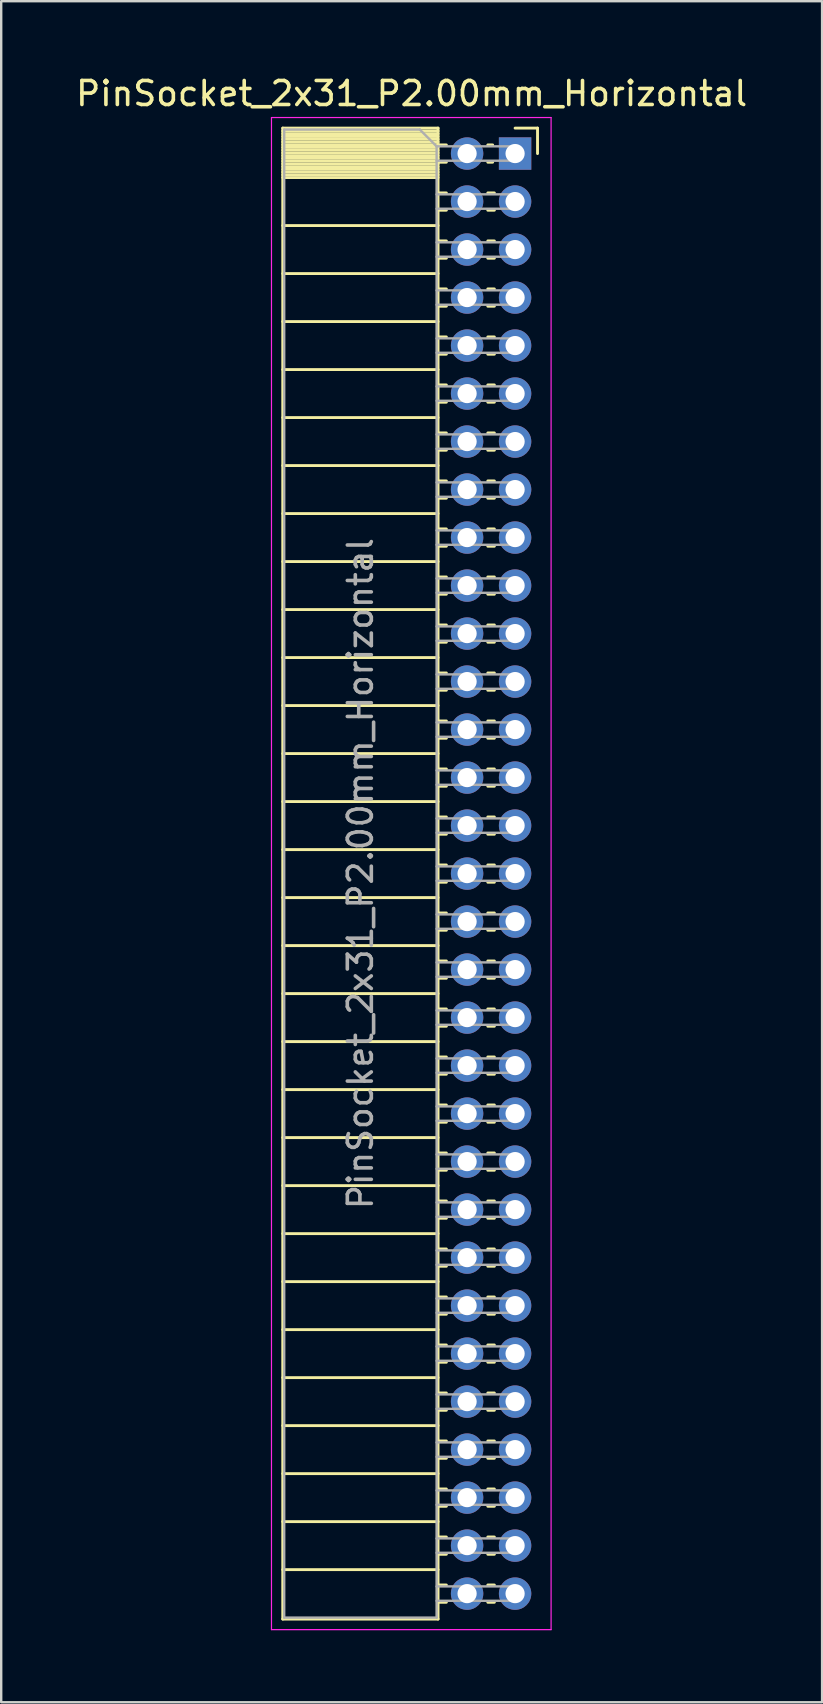
<source format=kicad_pcb>
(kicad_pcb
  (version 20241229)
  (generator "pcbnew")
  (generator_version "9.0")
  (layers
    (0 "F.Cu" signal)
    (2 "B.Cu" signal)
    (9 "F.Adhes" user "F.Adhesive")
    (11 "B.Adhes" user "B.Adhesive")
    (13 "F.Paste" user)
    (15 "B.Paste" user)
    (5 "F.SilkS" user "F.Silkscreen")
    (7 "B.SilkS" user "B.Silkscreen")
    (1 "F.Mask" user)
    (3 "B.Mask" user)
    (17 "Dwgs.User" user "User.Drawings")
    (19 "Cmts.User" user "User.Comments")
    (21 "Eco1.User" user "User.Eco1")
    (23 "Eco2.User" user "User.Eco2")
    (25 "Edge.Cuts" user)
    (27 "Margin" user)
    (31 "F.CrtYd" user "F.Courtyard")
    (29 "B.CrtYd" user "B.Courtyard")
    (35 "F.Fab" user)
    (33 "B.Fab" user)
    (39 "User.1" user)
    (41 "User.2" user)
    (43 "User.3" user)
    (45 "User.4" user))
  (footprint "PinSocket_2x31_P2.00mm_Horizontal"
    (layer "F.Cu")
    (at 18.411 3.348)
    (property "Reference" "PinSocket_2x31_P2.00mm_Horizontal" (at -4.31 -2.5 0) (layer "F.SilkS") (effects (font (size 1 1) (thickness 0.15))))
    (attr through_hole)
    (fp_line (start -9.68 -1.06) (end -9.68 61.06) (stroke (width 0.12) (type solid)) (layer "F.SilkS"))
    (fp_line (start -9.68 -1.06) (end -3.21 -1.06) (stroke (width 0.12) (type solid)) (layer "F.SilkS"))
    (fp_line (start -9.68 -0.94) (end -3.21 -0.94) (stroke (width 0.12) (type solid)) (layer "F.SilkS"))
    (fp_line (start -9.68 -0.826) (end -3.21 -0.826) (stroke (width 0.12) (type solid)) (layer "F.SilkS"))
    (fp_line (start -9.68 -0.712) (end -3.21 -0.712) (stroke (width 0.12) (type solid)) (layer "F.SilkS"))
    (fp_line (start -9.68 -0.598) (end -3.21 -0.598) (stroke (width 0.12) (type solid)) (layer "F.SilkS"))
    (fp_line (start -9.68 -0.484) (end -3.21 -0.484) (stroke (width 0.12) (type solid)) (layer "F.SilkS"))
    (fp_line (start -9.68 -0.369) (end -3.21 -0.369) (stroke (width 0.12) (type solid)) (layer "F.SilkS"))
    (fp_line (start -9.68 -0.255) (end -3.21 -0.255) (stroke (width 0.12) (type solid)) (layer "F.SilkS"))
    (fp_line (start -9.68 -0.141) (end -3.21 -0.141) (stroke (width 0.12) (type solid)) (layer "F.SilkS"))
    (fp_line (start -9.68 -0.027) (end -3.21 -0.027) (stroke (width 0.12) (type solid)) (layer "F.SilkS"))
    (fp_line (start -9.68 0.087) (end -3.21 0.087) (stroke (width 0.12) (type solid)) (layer "F.SilkS"))
    (fp_line (start -9.68 0.201) (end -3.21 0.201) (stroke (width 0.12) (type solid)) (layer "F.SilkS"))
    (fp_line (start -9.68 0.315) (end -3.21 0.315) (stroke (width 0.12) (type solid)) (layer "F.SilkS"))
    (fp_line (start -9.68 0.429) (end -3.21 0.429) (stroke (width 0.12) (type solid)) (layer "F.SilkS"))
    (fp_line (start -9.68 0.544) (end -3.21 0.544) (stroke (width 0.12) (type solid)) (layer "F.SilkS"))
    (fp_line (start -9.68 0.658) (end -3.21 0.658) (stroke (width 0.12) (type solid)) (layer "F.SilkS"))
    (fp_line (start -9.68 0.772) (end -3.21 0.772) (stroke (width 0.12) (type solid)) (layer "F.SilkS"))
    (fp_line (start -9.68 0.886) (end -3.21 0.886) (stroke (width 0.12) (type solid)) (layer "F.SilkS"))
    (fp_line (start -9.68 1) (end -3.21 1) (stroke (width 0.12) (type solid)) (layer "F.SilkS"))
    (fp_line (start -9.68 3) (end -3.21 3) (stroke (width 0.12) (type solid)) (layer "F.SilkS"))
    (fp_line (start -9.68 5) (end -3.21 5) (stroke (width 0.12) (type solid)) (layer "F.SilkS"))
    (fp_line (start -9.68 7) (end -3.21 7) (stroke (width 0.12) (type solid)) (layer "F.SilkS"))
    (fp_line (start -9.68 9) (end -3.21 9) (stroke (width 0.12) (type solid)) (layer "F.SilkS"))
    (fp_line (start -9.68 11) (end -3.21 11) (stroke (width 0.12) (type solid)) (layer "F.SilkS"))
    (fp_line (start -9.68 13) (end -3.21 13) (stroke (width 0.12) (type solid)) (layer "F.SilkS"))
    (fp_line (start -9.68 15) (end -3.21 15) (stroke (width 0.12) (type solid)) (layer "F.SilkS"))
    (fp_line (start -9.68 17) (end -3.21 17) (stroke (width 0.12) (type solid)) (layer "F.SilkS"))
    (fp_line (start -9.68 19) (end -3.21 19) (stroke (width 0.12) (type solid)) (layer "F.SilkS"))
    (fp_line (start -9.68 21) (end -3.21 21) (stroke (width 0.12) (type solid)) (layer "F.SilkS"))
    (fp_line (start -9.68 23) (end -3.21 23) (stroke (width 0.12) (type solid)) (layer "F.SilkS"))
    (fp_line (start -9.68 25) (end -3.21 25) (stroke (width 0.12) (type solid)) (layer "F.SilkS"))
    (fp_line (start -9.68 27) (end -3.21 27) (stroke (width 0.12) (type solid)) (layer "F.SilkS"))
    (fp_line (start -9.68 29) (end -3.21 29) (stroke (width 0.12) (type solid)) (layer "F.SilkS"))
    (fp_line (start -9.68 31) (end -3.21 31) (stroke (width 0.12) (type solid)) (layer "F.SilkS"))
    (fp_line (start -9.68 33) (end -3.21 33) (stroke (width 0.12) (type solid)) (layer "F.SilkS"))
    (fp_line (start -9.68 35) (end -3.21 35) (stroke (width 0.12) (type solid)) (layer "F.SilkS"))
    (fp_line (start -9.68 37) (end -3.21 37) (stroke (width 0.12) (type solid)) (layer "F.SilkS"))
    (fp_line (start -9.68 39) (end -3.21 39) (stroke (width 0.12) (type solid)) (layer "F.SilkS"))
    (fp_line (start -9.68 41) (end -3.21 41) (stroke (width 0.12) (type solid)) (layer "F.SilkS"))
    (fp_line (start -9.68 43) (end -3.21 43) (stroke (width 0.12) (type solid)) (layer "F.SilkS"))
    (fp_line (start -9.68 45) (end -3.21 45) (stroke (width 0.12) (type solid)) (layer "F.SilkS"))
    (fp_line (start -9.68 47) (end -3.21 47) (stroke (width 0.12) (type solid)) (layer "F.SilkS"))
    (fp_line (start -9.68 49) (end -3.21 49) (stroke (width 0.12) (type solid)) (layer "F.SilkS"))
    (fp_line (start -9.68 51) (end -3.21 51) (stroke (width 0.12) (type solid)) (layer "F.SilkS"))
    (fp_line (start -9.68 53) (end -3.21 53) (stroke (width 0.12) (type solid)) (layer "F.SilkS"))
    (fp_line (start -9.68 55) (end -3.21 55) (stroke (width 0.12) (type solid)) (layer "F.SilkS"))
    (fp_line (start -9.68 57) (end -3.21 57) (stroke (width 0.12) (type solid)) (layer "F.SilkS"))
    (fp_line (start -9.68 59) (end -3.21 59) (stroke (width 0.12) (type solid)) (layer "F.SilkS"))
    (fp_line (start -9.68 61.06) (end -3.21 61.06) (stroke (width 0.12) (type solid)) (layer "F.SilkS"))
    (fp_line (start -3.21 -1.06) (end -3.21 61.06) (stroke (width 0.12) (type solid)) (layer "F.SilkS"))
    (fp_line (start -3.21 -0.36) (end -2.863 -0.36) (stroke (width 0.12) (type solid)) (layer "F.SilkS"))
    (fp_line (start -3.21 0.36) (end -2.863 0.36) (stroke (width 0.12) (type solid)) (layer "F.SilkS"))
    (fp_line (start -3.21 1.64) (end -2.863 1.64) (stroke (width 0.12) (type solid)) (layer "F.SilkS"))
    (fp_line (start -3.21 2.36) (end -2.863 2.36) (stroke (width 0.12) (type solid)) (layer "F.SilkS"))
    (fp_line (start -3.21 3.64) (end -2.863 3.64) (stroke (width 0.12) (type solid)) (layer "F.SilkS"))
    (fp_line (start -3.21 4.36) (end -2.863 4.36) (stroke (width 0.12) (type solid)) (layer "F.SilkS"))
    (fp_line (start -3.21 5.64) (end -2.863 5.64) (stroke (width 0.12) (type solid)) (layer "F.SilkS"))
    (fp_line (start -3.21 6.36) (end -2.863 6.36) (stroke (width 0.12) (type solid)) (layer "F.SilkS"))
    (fp_line (start -3.21 7.64) (end -2.863 7.64) (stroke (width 0.12) (type solid)) (layer "F.SilkS"))
    (fp_line (start -3.21 8.36) (end -2.863 8.36) (stroke (width 0.12) (type solid)) (layer "F.SilkS"))
    (fp_line (start -3.21 9.64) (end -2.863 9.64) (stroke (width 0.12) (type solid)) (layer "F.SilkS"))
    (fp_line (start -3.21 10.36) (end -2.863 10.36) (stroke (width 0.12) (type solid)) (layer "F.SilkS"))
    (fp_line (start -3.21 11.64) (end -2.863 11.64) (stroke (width 0.12) (type solid)) (layer "F.SilkS"))
    (fp_line (start -3.21 12.36) (end -2.863 12.36) (stroke (width 0.12) (type solid)) (layer "F.SilkS"))
    (fp_line (start -3.21 13.64) (end -2.863 13.64) (stroke (width 0.12) (type solid)) (layer "F.SilkS"))
    (fp_line (start -3.21 14.36) (end -2.863 14.36) (stroke (width 0.12) (type solid)) (layer "F.SilkS"))
    (fp_line (start -3.21 15.64) (end -2.863 15.64) (stroke (width 0.12) (type solid)) (layer "F.SilkS"))
    (fp_line (start -3.21 16.36) (end -2.863 16.36) (stroke (width 0.12) (type solid)) (layer "F.SilkS"))
    (fp_line (start -3.21 17.64) (end -2.863 17.64) (stroke (width 0.12) (type solid)) (layer "F.SilkS"))
    (fp_line (start -3.21 18.36) (end -2.863 18.36) (stroke (width 0.12) (type solid)) (layer "F.SilkS"))
    (fp_line (start -3.21 19.64) (end -2.863 19.64) (stroke (width 0.12) (type solid)) (layer "F.SilkS"))
    (fp_line (start -3.21 20.36) (end -2.863 20.36) (stroke (width 0.12) (type solid)) (layer "F.SilkS"))
    (fp_line (start -3.21 21.64) (end -2.863 21.64) (stroke (width 0.12) (type solid)) (layer "F.SilkS"))
    (fp_line (start -3.21 22.36) (end -2.863 22.36) (stroke (width 0.12) (type solid)) (layer "F.SilkS"))
    (fp_line (start -3.21 23.64) (end -2.863 23.64) (stroke (width 0.12) (type solid)) (layer "F.SilkS"))
    (fp_line (start -3.21 24.36) (end -2.863 24.36) (stroke (width 0.12) (type solid)) (layer "F.SilkS"))
    (fp_line (start -3.21 25.64) (end -2.863 25.64) (stroke (width 0.12) (type solid)) (layer "F.SilkS"))
    (fp_line (start -3.21 26.36) (end -2.863 26.36) (stroke (width 0.12) (type solid)) (layer "F.SilkS"))
    (fp_line (start -3.21 27.64) (end -2.863 27.64) (stroke (width 0.12) (type solid)) (layer "F.SilkS"))
    (fp_line (start -3.21 28.36) (end -2.863 28.36) (stroke (width 0.12) (type solid)) (layer "F.SilkS"))
    (fp_line (start -3.21 29.64) (end -2.863 29.64) (stroke (width 0.12) (type solid)) (layer "F.SilkS"))
    (fp_line (start -3.21 30.36) (end -2.863 30.36) (stroke (width 0.12) (type solid)) (layer "F.SilkS"))
    (fp_line (start -3.21 31.64) (end -2.863 31.64) (stroke (width 0.12) (type solid)) (layer "F.SilkS"))
    (fp_line (start -3.21 32.36) (end -2.863 32.36) (stroke (width 0.12) (type solid)) (layer "F.SilkS"))
    (fp_line (start -3.21 33.64) (end -2.863 33.64) (stroke (width 0.12) (type solid)) (layer "F.SilkS"))
    (fp_line (start -3.21 34.36) (end -2.863 34.36) (stroke (width 0.12) (type solid)) (layer "F.SilkS"))
    (fp_line (start -3.21 35.64) (end -2.863 35.64) (stroke (width 0.12) (type solid)) (layer "F.SilkS"))
    (fp_line (start -3.21 36.36) (end -2.863 36.36) (stroke (width 0.12) (type solid)) (layer "F.SilkS"))
    (fp_line (start -3.21 37.64) (end -2.863 37.64) (stroke (width 0.12) (type solid)) (layer "F.SilkS"))
    (fp_line (start -3.21 38.36) (end -2.863 38.36) (stroke (width 0.12) (type solid)) (layer "F.SilkS"))
    (fp_line (start -3.21 39.64) (end -2.863 39.64) (stroke (width 0.12) (type solid)) (layer "F.SilkS"))
    (fp_line (start -3.21 40.36) (end -2.863 40.36) (stroke (width 0.12) (type solid)) (layer "F.SilkS"))
    (fp_line (start -3.21 41.64) (end -2.863 41.64) (stroke (width 0.12) (type solid)) (layer "F.SilkS"))
    (fp_line (start -3.21 42.36) (end -2.863 42.36) (stroke (width 0.12) (type solid)) (layer "F.SilkS"))
    (fp_line (start -3.21 43.64) (end -2.863 43.64) (stroke (width 0.12) (type solid)) (layer "F.SilkS"))
    (fp_line (start -3.21 44.36) (end -2.863 44.36) (stroke (width 0.12) (type solid)) (layer "F.SilkS"))
    (fp_line (start -3.21 45.64) (end -2.863 45.64) (stroke (width 0.12) (type solid)) (layer "F.SilkS"))
    (fp_line (start -3.21 46.36) (end -2.863 46.36) (stroke (width 0.12) (type solid)) (layer "F.SilkS"))
    (fp_line (start -3.21 47.64) (end -2.863 47.64) (stroke (width 0.12) (type solid)) (layer "F.SilkS"))
    (fp_line (start -3.21 48.36) (end -2.863 48.36) (stroke (width 0.12) (type solid)) (layer "F.SilkS"))
    (fp_line (start -3.21 49.64) (end -2.863 49.64) (stroke (width 0.12) (type solid)) (layer "F.SilkS"))
    (fp_line (start -3.21 50.36) (end -2.863 50.36) (stroke (width 0.12) (type solid)) (layer "F.SilkS"))
    (fp_line (start -3.21 51.64) (end -2.863 51.64) (stroke (width 0.12) (type solid)) (layer "F.SilkS"))
    (fp_line (start -3.21 52.36) (end -2.863 52.36) (stroke (width 0.12) (type solid)) (layer "F.SilkS"))
    (fp_line (start -3.21 53.64) (end -2.863 53.64) (stroke (width 0.12) (type solid)) (layer "F.SilkS"))
    (fp_line (start -3.21 54.36) (end -2.863 54.36) (stroke (width 0.12) (type solid)) (layer "F.SilkS"))
    (fp_line (start -3.21 55.64) (end -2.863 55.64) (stroke (width 0.12) (type solid)) (layer "F.SilkS"))
    (fp_line (start -3.21 56.36) (end -2.863 56.36) (stroke (width 0.12) (type solid)) (layer "F.SilkS"))
    (fp_line (start -3.21 57.64) (end -2.863 57.64) (stroke (width 0.12) (type solid)) (layer "F.SilkS"))
    (fp_line (start -3.21 58.36) (end -2.863 58.36) (stroke (width 0.12) (type solid)) (layer "F.SilkS"))
    (fp_line (start -3.21 59.64) (end -2.863 59.64) (stroke (width 0.12) (type solid)) (layer "F.SilkS"))
    (fp_line (start -3.21 60.36) (end -2.863 60.36) (stroke (width 0.12) (type solid)) (layer "F.SilkS"))
    (fp_line (start -1.137 -0.36) (end -0.935 -0.36) (stroke (width 0.12) (type solid)) (layer "F.SilkS"))
    (fp_line (start -1.137 0.36) (end -0.935 0.36) (stroke (width 0.12) (type solid)) (layer "F.SilkS"))
    (fp_line (start -1.137 1.64) (end -0.863 1.64) (stroke (width 0.12) (type solid)) (layer "F.SilkS"))
    (fp_line (start -1.137 2.36) (end -0.863 2.36) (stroke (width 0.12) (type solid)) (layer "F.SilkS"))
    (fp_line (start -1.137 3.64) (end -0.863 3.64) (stroke (width 0.12) (type solid)) (layer "F.SilkS"))
    (fp_line (start -1.137 4.36) (end -0.863 4.36) (stroke (width 0.12) (type solid)) (layer "F.SilkS"))
    (fp_line (start -1.137 5.64) (end -0.863 5.64) (stroke (width 0.12) (type solid)) (layer "F.SilkS"))
    (fp_line (start -1.137 6.36) (end -0.863 6.36) (stroke (width 0.12) (type solid)) (layer "F.SilkS"))
    (fp_line (start -1.137 7.64) (end -0.863 7.64) (stroke (width 0.12) (type solid)) (layer "F.SilkS"))
    (fp_line (start -1.137 8.36) (end -0.863 8.36) (stroke (width 0.12) (type solid)) (layer "F.SilkS"))
    (fp_line (start -1.137 9.64) (end -0.863 9.64) (stroke (width 0.12) (type solid)) (layer "F.SilkS"))
    (fp_line (start -1.137 10.36) (end -0.863 10.36) (stroke (width 0.12) (type solid)) (layer "F.SilkS"))
    (fp_line (start -1.137 11.64) (end -0.863 11.64) (stroke (width 0.12) (type solid)) (layer "F.SilkS"))
    (fp_line (start -1.137 12.36) (end -0.863 12.36) (stroke (width 0.12) (type solid)) (layer "F.SilkS"))
    (fp_line (start -1.137 13.64) (end -0.863 13.64) (stroke (width 0.12) (type solid)) (layer "F.SilkS"))
    (fp_line (start -1.137 14.36) (end -0.863 14.36) (stroke (width 0.12) (type solid)) (layer "F.SilkS"))
    (fp_line (start -1.137 15.64) (end -0.863 15.64) (stroke (width 0.12) (type solid)) (layer "F.SilkS"))
    (fp_line (start -1.137 16.36) (end -0.863 16.36) (stroke (width 0.12) (type solid)) (layer "F.SilkS"))
    (fp_line (start -1.137 17.64) (end -0.863 17.64) (stroke (width 0.12) (type solid)) (layer "F.SilkS"))
    (fp_line (start -1.137 18.36) (end -0.863 18.36) (stroke (width 0.12) (type solid)) (layer "F.SilkS"))
    (fp_line (start -1.137 19.64) (end -0.863 19.64) (stroke (width 0.12) (type solid)) (layer "F.SilkS"))
    (fp_line (start -1.137 20.36) (end -0.863 20.36) (stroke (width 0.12) (type solid)) (layer "F.SilkS"))
    (fp_line (start -1.137 21.64) (end -0.863 21.64) (stroke (width 0.12) (type solid)) (layer "F.SilkS"))
    (fp_line (start -1.137 22.36) (end -0.863 22.36) (stroke (width 0.12) (type solid)) (layer "F.SilkS"))
    (fp_line (start -1.137 23.64) (end -0.863 23.64) (stroke (width 0.12) (type solid)) (layer "F.SilkS"))
    (fp_line (start -1.137 24.36) (end -0.863 24.36) (stroke (width 0.12) (type solid)) (layer "F.SilkS"))
    (fp_line (start -1.137 25.64) (end -0.863 25.64) (stroke (width 0.12) (type solid)) (layer "F.SilkS"))
    (fp_line (start -1.137 26.36) (end -0.863 26.36) (stroke (width 0.12) (type solid)) (layer "F.SilkS"))
    (fp_line (start -1.137 27.64) (end -0.863 27.64) (stroke (width 0.12) (type solid)) (layer "F.SilkS"))
    (fp_line (start -1.137 28.36) (end -0.863 28.36) (stroke (width 0.12) (type solid)) (layer "F.SilkS"))
    (fp_line (start -1.137 29.64) (end -0.863 29.64) (stroke (width 0.12) (type solid)) (layer "F.SilkS"))
    (fp_line (start -1.137 30.36) (end -0.863 30.36) (stroke (width 0.12) (type solid)) (layer "F.SilkS"))
    (fp_line (start -1.137 31.64) (end -0.863 31.64) (stroke (width 0.12) (type solid)) (layer "F.SilkS"))
    (fp_line (start -1.137 32.36) (end -0.863 32.36) (stroke (width 0.12) (type solid)) (layer "F.SilkS"))
    (fp_line (start -1.137 33.64) (end -0.863 33.64) (stroke (width 0.12) (type solid)) (layer "F.SilkS"))
    (fp_line (start -1.137 34.36) (end -0.863 34.36) (stroke (width 0.12) (type solid)) (layer "F.SilkS"))
    (fp_line (start -1.137 35.64) (end -0.863 35.64) (stroke (width 0.12) (type solid)) (layer "F.SilkS"))
    (fp_line (start -1.137 36.36) (end -0.863 36.36) (stroke (width 0.12) (type solid)) (layer "F.SilkS"))
    (fp_line (start -1.137 37.64) (end -0.863 37.64) (stroke (width 0.12) (type solid)) (layer "F.SilkS"))
    (fp_line (start -1.137 38.36) (end -0.863 38.36) (stroke (width 0.12) (type solid)) (layer "F.SilkS"))
    (fp_line (start -1.137 39.64) (end -0.863 39.64) (stroke (width 0.12) (type solid)) (layer "F.SilkS"))
    (fp_line (start -1.137 40.36) (end -0.863 40.36) (stroke (width 0.12) (type solid)) (layer "F.SilkS"))
    (fp_line (start -1.137 41.64) (end -0.863 41.64) (stroke (width 0.12) (type solid)) (layer "F.SilkS"))
    (fp_line (start -1.137 42.36) (end -0.863 42.36) (stroke (width 0.12) (type solid)) (layer "F.SilkS"))
    (fp_line (start -1.137 43.64) (end -0.863 43.64) (stroke (width 0.12) (type solid)) (layer "F.SilkS"))
    (fp_line (start -1.137 44.36) (end -0.863 44.36) (stroke (width 0.12) (type solid)) (layer "F.SilkS"))
    (fp_line (start -1.137 45.64) (end -0.863 45.64) (stroke (width 0.12) (type solid)) (layer "F.SilkS"))
    (fp_line (start -1.137 46.36) (end -0.863 46.36) (stroke (width 0.12) (type solid)) (layer "F.SilkS"))
    (fp_line (start -1.137 47.64) (end -0.863 47.64) (stroke (width 0.12) (type solid)) (layer "F.SilkS"))
    (fp_line (start -1.137 48.36) (end -0.863 48.36) (stroke (width 0.12) (type solid)) (layer "F.SilkS"))
    (fp_line (start -1.137 49.64) (end -0.863 49.64) (stroke (width 0.12) (type solid)) (layer "F.SilkS"))
    (fp_line (start -1.137 50.36) (end -0.863 50.36) (stroke (width 0.12) (type solid)) (layer "F.SilkS"))
    (fp_line (start -1.137 51.64) (end -0.863 51.64) (stroke (width 0.12) (type solid)) (layer "F.SilkS"))
    (fp_line (start -1.137 52.36) (end -0.863 52.36) (stroke (width 0.12) (type solid)) (layer "F.SilkS"))
    (fp_line (start -1.137 53.64) (end -0.863 53.64) (stroke (width 0.12) (type solid)) (layer "F.SilkS"))
    (fp_line (start -1.137 54.36) (end -0.863 54.36) (stroke (width 0.12) (type solid)) (layer "F.SilkS"))
    (fp_line (start -1.137 55.64) (end -0.863 55.64) (stroke (width 0.12) (type solid)) (layer "F.SilkS"))
    (fp_line (start -1.137 56.36) (end -0.863 56.36) (stroke (width 0.12) (type solid)) (layer "F.SilkS"))
    (fp_line (start -1.137 57.64) (end -0.863 57.64) (stroke (width 0.12) (type solid)) (layer "F.SilkS"))
    (fp_line (start -1.137 58.36) (end -0.863 58.36) (stroke (width 0.12) (type solid)) (layer "F.SilkS"))
    (fp_line (start -1.137 59.64) (end -0.863 59.64) (stroke (width 0.12) (type solid)) (layer "F.SilkS"))
    (fp_line (start -1.137 60.36) (end -0.863 60.36) (stroke (width 0.12) (type solid)) (layer "F.SilkS"))
    (fp_line (start 0 -1.06) (end 0.935 -1.06) (stroke (width 0.12) (type solid)) (layer "F.SilkS"))
    (fp_line (start 0.935 -1.06) (end 0.935 0) (stroke (width 0.12) (type solid)) (layer "F.SilkS"))
    (fp_line (start -10.15 -1.5) (end -10.15 61.5) (stroke (width 0.05) (type solid)) (layer "F.CrtYd"))
    (fp_line (start -10.15 61.5) (end 1.5 61.5) (stroke (width 0.05) (type solid)) (layer "F.CrtYd"))
    (fp_line (start 1.5 -1.5) (end -10.15 -1.5) (stroke (width 0.05) (type solid)) (layer "F.CrtYd"))
    (fp_line (start 1.5 61.5) (end 1.5 -1.5) (stroke (width 0.05) (type solid)) (layer "F.CrtYd"))
    (fp_line (start -9.62 -1) (end -3.97 -1) (stroke (width 0.1) (type solid)) (layer "F.Fab"))
    (fp_line (start -9.62 61) (end -9.62 -1) (stroke (width 0.1) (type solid)) (layer "F.Fab"))
    (fp_line (start -3.97 -1) (end -3.27 -0.3) (stroke (width 0.1) (type solid)) (layer "F.Fab"))
    (fp_line (start -3.27 -0.3) (end -3.27 61) (stroke (width 0.1) (type solid)) (layer "F.Fab"))
    (fp_line (start -3.27 0.3) (end 0 0.3) (stroke (width 0.1) (type solid)) (layer "F.Fab"))
    (fp_line (start -3.27 2.3) (end 0 2.3) (stroke (width 0.1) (type solid)) (layer "F.Fab"))
    (fp_line (start -3.27 4.3) (end 0 4.3) (stroke (width 0.1) (type solid)) (layer "F.Fab"))
    (fp_line (start -3.27 6.3) (end 0 6.3) (stroke (width 0.1) (type solid)) (layer "F.Fab"))
    (fp_line (start -3.27 8.3) (end 0 8.3) (stroke (width 0.1) (type solid)) (layer "F.Fab"))
    (fp_line (start -3.27 10.3) (end 0 10.3) (stroke (width 0.1) (type solid)) (layer "F.Fab"))
    (fp_line (start -3.27 12.3) (end 0 12.3) (stroke (width 0.1) (type solid)) (layer "F.Fab"))
    (fp_line (start -3.27 14.3) (end 0 14.3) (stroke (width 0.1) (type solid)) (layer "F.Fab"))
    (fp_line (start -3.27 16.3) (end 0 16.3) (stroke (width 0.1) (type solid)) (layer "F.Fab"))
    (fp_line (start -3.27 18.3) (end 0 18.3) (stroke (width 0.1) (type solid)) (layer "F.Fab"))
    (fp_line (start -3.27 20.3) (end 0 20.3) (stroke (width 0.1) (type solid)) (layer "F.Fab"))
    (fp_line (start -3.27 22.3) (end 0 22.3) (stroke (width 0.1) (type solid)) (layer "F.Fab"))
    (fp_line (start -3.27 24.3) (end 0 24.3) (stroke (width 0.1) (type solid)) (layer "F.Fab"))
    (fp_line (start -3.27 26.3) (end 0 26.3) (stroke (width 0.1) (type solid)) (layer "F.Fab"))
    (fp_line (start -3.27 28.3) (end 0 28.3) (stroke (width 0.1) (type solid)) (layer "F.Fab"))
    (fp_line (start -3.27 30.3) (end 0 30.3) (stroke (width 0.1) (type solid)) (layer "F.Fab"))
    (fp_line (start -3.27 32.3) (end 0 32.3) (stroke (width 0.1) (type solid)) (layer "F.Fab"))
    (fp_line (start -3.27 34.3) (end 0 34.3) (stroke (width 0.1) (type solid)) (layer "F.Fab"))
    (fp_line (start -3.27 36.3) (end 0 36.3) (stroke (width 0.1) (type solid)) (layer "F.Fab"))
    (fp_line (start -3.27 38.3) (end 0 38.3) (stroke (width 0.1) (type solid)) (layer "F.Fab"))
    (fp_line (start -3.27 40.3) (end 0 40.3) (stroke (width 0.1) (type solid)) (layer "F.Fab"))
    (fp_line (start -3.27 42.3) (end 0 42.3) (stroke (width 0.1) (type solid)) (layer "F.Fab"))
    (fp_line (start -3.27 44.3) (end 0 44.3) (stroke (width 0.1) (type solid)) (layer "F.Fab"))
    (fp_line (start -3.27 46.3) (end 0 46.3) (stroke (width 0.1) (type solid)) (layer "F.Fab"))
    (fp_line (start -3.27 48.3) (end 0 48.3) (stroke (width 0.1) (type solid)) (layer "F.Fab"))
    (fp_line (start -3.27 50.3) (end 0 50.3) (stroke (width 0.1) (type solid)) (layer "F.Fab"))
    (fp_line (start -3.27 52.3) (end 0 52.3) (stroke (width 0.1) (type solid)) (layer "F.Fab"))
    (fp_line (start -3.27 54.3) (end 0 54.3) (stroke (width 0.1) (type solid)) (layer "F.Fab"))
    (fp_line (start -3.27 56.3) (end 0 56.3) (stroke (width 0.1) (type solid)) (layer "F.Fab"))
    (fp_line (start -3.27 58.3) (end 0 58.3) (stroke (width 0.1) (type solid)) (layer "F.Fab"))
    (fp_line (start -3.27 60.3) (end 0 60.3) (stroke (width 0.1) (type solid)) (layer "F.Fab"))
    (fp_line (start -3.27 61) (end -9.62 61) (stroke (width 0.1) (type solid)) (layer "F.Fab"))
    (fp_line (start 0 -0.3) (end -3.27 -0.3) (stroke (width 0.1) (type solid)) (layer "F.Fab"))
    (fp_line (start 0 0.3) (end 0 -0.3) (stroke (width 0.1) (type solid)) (layer "F.Fab"))
    (fp_line (start 0 1.7) (end -3.27 1.7) (stroke (width 0.1) (type solid)) (layer "F.Fab"))
    (fp_line (start 0 2.3) (end 0 1.7) (stroke (width 0.1) (type solid)) (layer "F.Fab"))
    (fp_line (start 0 3.7) (end -3.27 3.7) (stroke (width 0.1) (type solid)) (layer "F.Fab"))
    (fp_line (start 0 4.3) (end 0 3.7) (stroke (width 0.1) (type solid)) (layer "F.Fab"))
    (fp_line (start 0 5.7) (end -3.27 5.7) (stroke (width 0.1) (type solid)) (layer "F.Fab"))
    (fp_line (start 0 6.3) (end 0 5.7) (stroke (width 0.1) (type solid)) (layer "F.Fab"))
    (fp_line (start 0 7.7) (end -3.27 7.7) (stroke (width 0.1) (type solid)) (layer "F.Fab"))
    (fp_line (start 0 8.3) (end 0 7.7) (stroke (width 0.1) (type solid)) (layer "F.Fab"))
    (fp_line (start 0 9.7) (end -3.27 9.7) (stroke (width 0.1) (type solid)) (layer "F.Fab"))
    (fp_line (start 0 10.3) (end 0 9.7) (stroke (width 0.1) (type solid)) (layer "F.Fab"))
    (fp_line (start 0 11.7) (end -3.27 11.7) (stroke (width 0.1) (type solid)) (layer "F.Fab"))
    (fp_line (start 0 12.3) (end 0 11.7) (stroke (width 0.1) (type solid)) (layer "F.Fab"))
    (fp_line (start 0 13.7) (end -3.27 13.7) (stroke (width 0.1) (type solid)) (layer "F.Fab"))
    (fp_line (start 0 14.3) (end 0 13.7) (stroke (width 0.1) (type solid)) (layer "F.Fab"))
    (fp_line (start 0 15.7) (end -3.27 15.7) (stroke (width 0.1) (type solid)) (layer "F.Fab"))
    (fp_line (start 0 16.3) (end 0 15.7) (stroke (width 0.1) (type solid)) (layer "F.Fab"))
    (fp_line (start 0 17.7) (end -3.27 17.7) (stroke (width 0.1) (type solid)) (layer "F.Fab"))
    (fp_line (start 0 18.3) (end 0 17.7) (stroke (width 0.1) (type solid)) (layer "F.Fab"))
    (fp_line (start 0 19.7) (end -3.27 19.7) (stroke (width 0.1) (type solid)) (layer "F.Fab"))
    (fp_line (start 0 20.3) (end 0 19.7) (stroke (width 0.1) (type solid)) (layer "F.Fab"))
    (fp_line (start 0 21.7) (end -3.27 21.7) (stroke (width 0.1) (type solid)) (layer "F.Fab"))
    (fp_line (start 0 22.3) (end 0 21.7) (stroke (width 0.1) (type solid)) (layer "F.Fab"))
    (fp_line (start 0 23.7) (end -3.27 23.7) (stroke (width 0.1) (type solid)) (layer "F.Fab"))
    (fp_line (start 0 24.3) (end 0 23.7) (stroke (width 0.1) (type solid)) (layer "F.Fab"))
    (fp_line (start 0 25.7) (end -3.27 25.7) (stroke (width 0.1) (type solid)) (layer "F.Fab"))
    (fp_line (start 0 26.3) (end 0 25.7) (stroke (width 0.1) (type solid)) (layer "F.Fab"))
    (fp_line (start 0 27.7) (end -3.27 27.7) (stroke (width 0.1) (type solid)) (layer "F.Fab"))
    (fp_line (start 0 28.3) (end 0 27.7) (stroke (width 0.1) (type solid)) (layer "F.Fab"))
    (fp_line (start 0 29.7) (end -3.27 29.7) (stroke (width 0.1) (type solid)) (layer "F.Fab"))
    (fp_line (start 0 30.3) (end 0 29.7) (stroke (width 0.1) (type solid)) (layer "F.Fab"))
    (fp_line (start 0 31.7) (end -3.27 31.7) (stroke (width 0.1) (type solid)) (layer "F.Fab"))
    (fp_line (start 0 32.3) (end 0 31.7) (stroke (width 0.1) (type solid)) (layer "F.Fab"))
    (fp_line (start 0 33.7) (end -3.27 33.7) (stroke (width 0.1) (type solid)) (layer "F.Fab"))
    (fp_line (start 0 34.3) (end 0 33.7) (stroke (width 0.1) (type solid)) (layer "F.Fab"))
    (fp_line (start 0 35.7) (end -3.27 35.7) (stroke (width 0.1) (type solid)) (layer "F.Fab"))
    (fp_line (start 0 36.3) (end 0 35.7) (stroke (width 0.1) (type solid)) (layer "F.Fab"))
    (fp_line (start 0 37.7) (end -3.27 37.7) (stroke (width 0.1) (type solid)) (layer "F.Fab"))
    (fp_line (start 0 38.3) (end 0 37.7) (stroke (width 0.1) (type solid)) (layer "F.Fab"))
    (fp_line (start 0 39.7) (end -3.27 39.7) (stroke (width 0.1) (type solid)) (layer "F.Fab"))
    (fp_line (start 0 40.3) (end 0 39.7) (stroke (width 0.1) (type solid)) (layer "F.Fab"))
    (fp_line (start 0 41.7) (end -3.27 41.7) (stroke (width 0.1) (type solid)) (layer "F.Fab"))
    (fp_line (start 0 42.3) (end 0 41.7) (stroke (width 0.1) (type solid)) (layer "F.Fab"))
    (fp_line (start 0 43.7) (end -3.27 43.7) (stroke (width 0.1) (type solid)) (layer "F.Fab"))
    (fp_line (start 0 44.3) (end 0 43.7) (stroke (width 0.1) (type solid)) (layer "F.Fab"))
    (fp_line (start 0 45.7) (end -3.27 45.7) (stroke (width 0.1) (type solid)) (layer "F.Fab"))
    (fp_line (start 0 46.3) (end 0 45.7) (stroke (width 0.1) (type solid)) (layer "F.Fab"))
    (fp_line (start 0 47.7) (end -3.27 47.7) (stroke (width 0.1) (type solid)) (layer "F.Fab"))
    (fp_line (start 0 48.3) (end 0 47.7) (stroke (width 0.1) (type solid)) (layer "F.Fab"))
    (fp_line (start 0 49.7) (end -3.27 49.7) (stroke (width 0.1) (type solid)) (layer "F.Fab"))
    (fp_line (start 0 50.3) (end 0 49.7) (stroke (width 0.1) (type solid)) (layer "F.Fab"))
    (fp_line (start 0 51.7) (end -3.27 51.7) (stroke (width 0.1) (type solid)) (layer "F.Fab"))
    (fp_line (start 0 52.3) (end 0 51.7) (stroke (width 0.1) (type solid)) (layer "F.Fab"))
    (fp_line (start 0 53.7) (end -3.27 53.7) (stroke (width 0.1) (type solid)) (layer "F.Fab"))
    (fp_line (start 0 54.3) (end 0 53.7) (stroke (width 0.1) (type solid)) (layer "F.Fab"))
    (fp_line (start 0 55.7) (end -3.27 55.7) (stroke (width 0.1) (type solid)) (layer "F.Fab"))
    (fp_line (start 0 56.3) (end 0 55.7) (stroke (width 0.1) (type solid)) (layer "F.Fab"))
    (fp_line (start 0 57.7) (end -3.27 57.7) (stroke (width 0.1) (type solid)) (layer "F.Fab"))
    (fp_line (start 0 58.3) (end 0 57.7) (stroke (width 0.1) (type solid)) (layer "F.Fab"))
    (fp_line (start 0 59.7) (end -3.27 59.7) (stroke (width 0.1) (type solid)) (layer "F.Fab"))
    (fp_line (start 0 60.3) (end 0 59.7) (stroke (width 0.1) (type solid)) (layer "F.Fab"))
    (fp_text user "${REFERENCE}" (at -6.445 30 90) (layer "F.Fab") (effects (font (size 1 1) (thickness 0.15))))
    (pad "1" thru_hole rect (at 0 0) (size 1.35 1.35) (drill 0.8) (layers "*.Cu" "*.Mask"))
    (pad "2" thru_hole oval (at -2 0) (size 1.35 1.35) (drill 0.8) (layers "*.Cu" "*.Mask"))
    (pad "3" thru_hole oval (at 0 2) (size 1.35 1.35) (drill 0.8) (layers "*.Cu" "*.Mask"))
    (pad "4" thru_hole oval (at -2 2) (size 1.35 1.35) (drill 0.8) (layers "*.Cu" "*.Mask"))
    (pad "5" thru_hole oval (at 0 4) (size 1.35 1.35) (drill 0.8) (layers "*.Cu" "*.Mask"))
    (pad "6" thru_hole oval (at -2 4) (size 1.35 1.35) (drill 0.8) (layers "*.Cu" "*.Mask"))
    (pad "7" thru_hole oval (at 0 6) (size 1.35 1.35) (drill 0.8) (layers "*.Cu" "*.Mask"))
    (pad "8" thru_hole oval (at -2 6) (size 1.35 1.35) (drill 0.8) (layers "*.Cu" "*.Mask"))
    (pad "9" thru_hole oval (at 0 8) (size 1.35 1.35) (drill 0.8) (layers "*.Cu" "*.Mask"))
    (pad "10" thru_hole oval (at -2 8) (size 1.35 1.35) (drill 0.8) (layers "*.Cu" "*.Mask"))
    (pad "11" thru_hole oval (at 0 10) (size 1.35 1.35) (drill 0.8) (layers "*.Cu" "*.Mask"))
    (pad "12" thru_hole oval (at -2 10) (size 1.35 1.35) (drill 0.8) (layers "*.Cu" "*.Mask"))
    (pad "13" thru_hole oval (at 0 12) (size 1.35 1.35) (drill 0.8) (layers "*.Cu" "*.Mask"))
    (pad "14" thru_hole oval (at -2 12) (size 1.35 1.35) (drill 0.8) (layers "*.Cu" "*.Mask"))
    (pad "15" thru_hole oval (at 0 14) (size 1.35 1.35) (drill 0.8) (layers "*.Cu" "*.Mask"))
    (pad "16" thru_hole oval (at -2 14) (size 1.35 1.35) (drill 0.8) (layers "*.Cu" "*.Mask"))
    (pad "17" thru_hole oval (at 0 16) (size 1.35 1.35) (drill 0.8) (layers "*.Cu" "*.Mask"))
    (pad "18" thru_hole oval (at -2 16) (size 1.35 1.35) (drill 0.8) (layers "*.Cu" "*.Mask"))
    (pad "19" thru_hole oval (at 0 18) (size 1.35 1.35) (drill 0.8) (layers "*.Cu" "*.Mask"))
    (pad "20" thru_hole oval (at -2 18) (size 1.35 1.35) (drill 0.8) (layers "*.Cu" "*.Mask"))
    (pad "21" thru_hole oval (at 0 20) (size 1.35 1.35) (drill 0.8) (layers "*.Cu" "*.Mask"))
    (pad "22" thru_hole oval (at -2 20) (size 1.35 1.35) (drill 0.8) (layers "*.Cu" "*.Mask"))
    (pad "23" thru_hole oval (at 0 22) (size 1.35 1.35) (drill 0.8) (layers "*.Cu" "*.Mask"))
    (pad "24" thru_hole oval (at -2 22) (size 1.35 1.35) (drill 0.8) (layers "*.Cu" "*.Mask"))
    (pad "25" thru_hole oval (at 0 24) (size 1.35 1.35) (drill 0.8) (layers "*.Cu" "*.Mask"))
    (pad "26" thru_hole oval (at -2 24) (size 1.35 1.35) (drill 0.8) (layers "*.Cu" "*.Mask"))
    (pad "27" thru_hole oval (at 0 26) (size 1.35 1.35) (drill 0.8) (layers "*.Cu" "*.Mask"))
    (pad "28" thru_hole oval (at -2 26) (size 1.35 1.35) (drill 0.8) (layers "*.Cu" "*.Mask"))
    (pad "29" thru_hole oval (at 0 28) (size 1.35 1.35) (drill 0.8) (layers "*.Cu" "*.Mask"))
    (pad "30" thru_hole oval (at -2 28) (size 1.35 1.35) (drill 0.8) (layers "*.Cu" "*.Mask"))
    (pad "31" thru_hole oval (at 0 30) (size 1.35 1.35) (drill 0.8) (layers "*.Cu" "*.Mask"))
    (pad "32" thru_hole oval (at -2 30) (size 1.35 1.35) (drill 0.8) (layers "*.Cu" "*.Mask"))
    (pad "33" thru_hole oval (at 0 32) (size 1.35 1.35) (drill 0.8) (layers "*.Cu" "*.Mask"))
    (pad "34" thru_hole oval (at -2 32) (size 1.35 1.35) (drill 0.8) (layers "*.Cu" "*.Mask"))
    (pad "35" thru_hole oval (at 0 34) (size 1.35 1.35) (drill 0.8) (layers "*.Cu" "*.Mask"))
    (pad "36" thru_hole oval (at -2 34) (size 1.35 1.35) (drill 0.8) (layers "*.Cu" "*.Mask"))
    (pad "37" thru_hole oval (at 0 36) (size 1.35 1.35) (drill 0.8) (layers "*.Cu" "*.Mask"))
    (pad "38" thru_hole oval (at -2 36) (size 1.35 1.35) (drill 0.8) (layers "*.Cu" "*.Mask"))
    (pad "39" thru_hole oval (at 0 38) (size 1.35 1.35) (drill 0.8) (layers "*.Cu" "*.Mask"))
    (pad "40" thru_hole oval (at -2 38) (size 1.35 1.35) (drill 0.8) (layers "*.Cu" "*.Mask"))
    (pad "41" thru_hole oval (at 0 40) (size 1.35 1.35) (drill 0.8) (layers "*.Cu" "*.Mask"))
    (pad "42" thru_hole oval (at -2 40) (size 1.35 1.35) (drill 0.8) (layers "*.Cu" "*.Mask"))
    (pad "43" thru_hole oval (at 0 42) (size 1.35 1.35) (drill 0.8) (layers "*.Cu" "*.Mask"))
    (pad "44" thru_hole oval (at -2 42) (size 1.35 1.35) (drill 0.8) (layers "*.Cu" "*.Mask"))
    (pad "45" thru_hole oval (at 0 44) (size 1.35 1.35) (drill 0.8) (layers "*.Cu" "*.Mask"))
    (pad "46" thru_hole oval (at -2 44) (size 1.35 1.35) (drill 0.8) (layers "*.Cu" "*.Mask"))
    (pad "47" thru_hole oval (at 0 46) (size 1.35 1.35) (drill 0.8) (layers "*.Cu" "*.Mask"))
    (pad "48" thru_hole oval (at -2 46) (size 1.35 1.35) (drill 0.8) (layers "*.Cu" "*.Mask"))
    (pad "49" thru_hole oval (at 0 48) (size 1.35 1.35) (drill 0.8) (layers "*.Cu" "*.Mask"))
    (pad "50" thru_hole oval (at -2 48) (size 1.35 1.35) (drill 0.8) (layers "*.Cu" "*.Mask"))
    (pad "51" thru_hole oval (at 0 50) (size 1.35 1.35) (drill 0.8) (layers "*.Cu" "*.Mask"))
    (pad "52" thru_hole oval (at -2 50) (size 1.35 1.35) (drill 0.8) (layers "*.Cu" "*.Mask"))
    (pad "53" thru_hole oval (at 0 52) (size 1.35 1.35) (drill 0.8) (layers "*.Cu" "*.Mask"))
    (pad "54" thru_hole oval (at -2 52) (size 1.35 1.35) (drill 0.8) (layers "*.Cu" "*.Mask"))
    (pad "55" thru_hole oval (at 0 54) (size 1.35 1.35) (drill 0.8) (layers "*.Cu" "*.Mask"))
    (pad "56" thru_hole oval (at -2 54) (size 1.35 1.35) (drill 0.8) (layers "*.Cu" "*.Mask"))
    (pad "57" thru_hole oval (at 0 56) (size 1.35 1.35) (drill 0.8) (layers "*.Cu" "*.Mask"))
    (pad "58" thru_hole oval (at -2 56) (size 1.35 1.35) (drill 0.8) (layers "*.Cu" "*.Mask"))
    (pad "59" thru_hole oval (at 0 58) (size 1.35 1.35) (drill 0.8) (layers "*.Cu" "*.Mask"))
    (pad "60" thru_hole oval (at -2 58) (size 1.35 1.35) (drill 0.8) (layers "*.Cu" "*.Mask"))
    (pad "61" thru_hole oval (at 0 60) (size 1.35 1.35) (drill 0.8) (layers "*.Cu" "*.Mask"))
    (pad "62" thru_hole oval (at -2 60) (size 1.35 1.35) (drill 0.8) (layers "*.Cu" "*.Mask")))
  (gr_rect
    (start -3 -3)
    (end 31.202 67.873)
    (stroke (width 0.1) (type default))
    (fill no)
    (layer "Edge.Cuts")))
</source>
